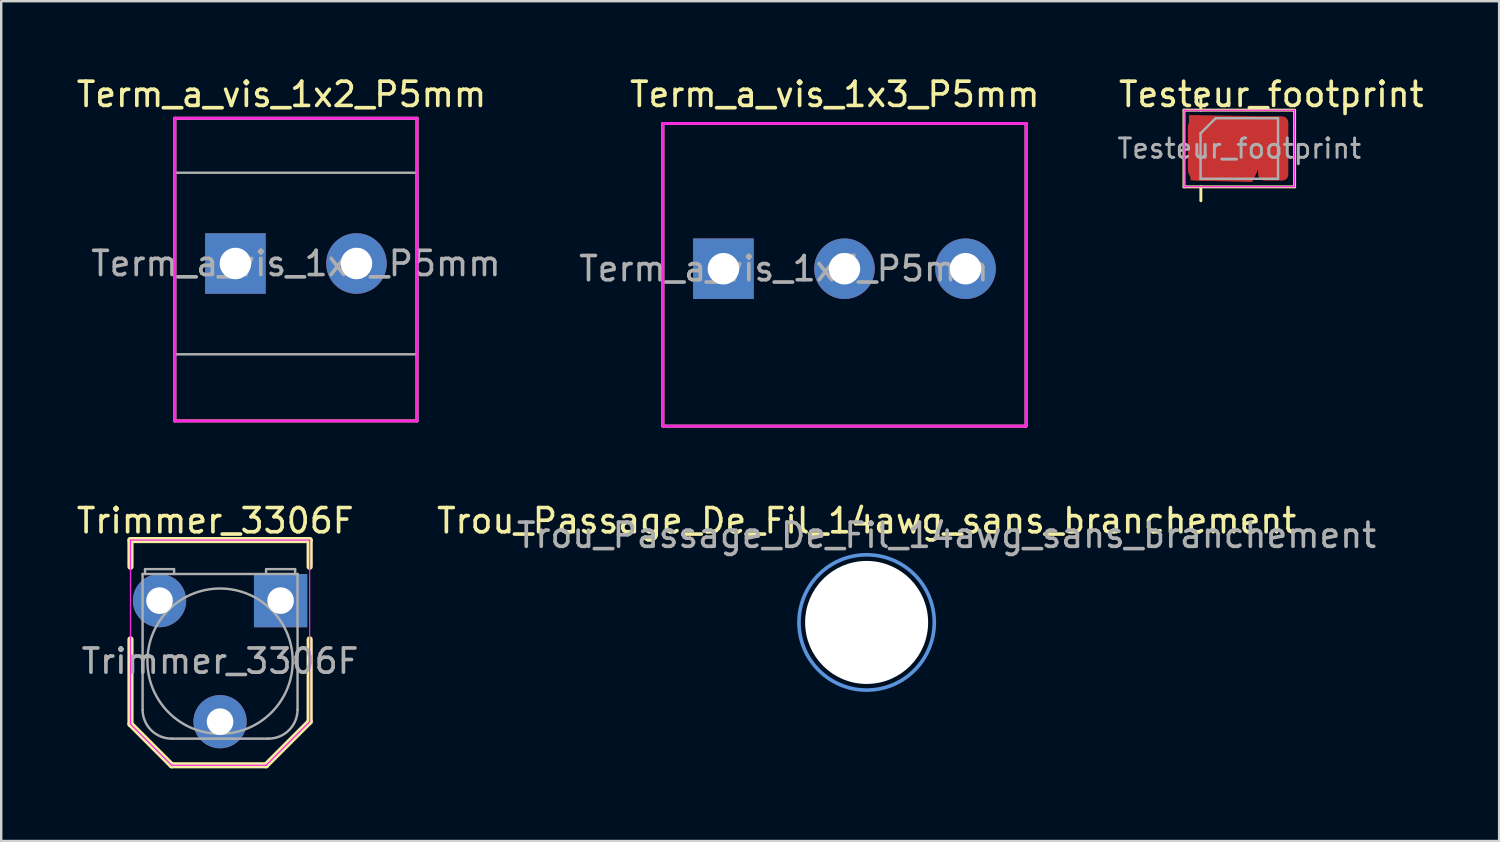
<source format=kicad_pcb>
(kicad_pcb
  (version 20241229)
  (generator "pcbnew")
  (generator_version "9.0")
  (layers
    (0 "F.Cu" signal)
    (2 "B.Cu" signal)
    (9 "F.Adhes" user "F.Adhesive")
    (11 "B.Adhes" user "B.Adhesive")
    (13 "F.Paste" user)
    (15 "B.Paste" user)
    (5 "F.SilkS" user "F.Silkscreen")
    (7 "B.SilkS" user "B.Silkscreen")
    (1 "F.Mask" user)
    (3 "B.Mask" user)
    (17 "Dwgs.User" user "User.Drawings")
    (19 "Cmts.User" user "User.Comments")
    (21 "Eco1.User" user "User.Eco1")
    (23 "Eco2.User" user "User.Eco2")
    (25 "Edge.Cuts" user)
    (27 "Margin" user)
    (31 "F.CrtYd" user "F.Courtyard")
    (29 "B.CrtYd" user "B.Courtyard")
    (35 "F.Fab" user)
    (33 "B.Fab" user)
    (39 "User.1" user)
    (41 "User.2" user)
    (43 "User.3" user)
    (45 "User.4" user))
  (footprint "Term_a_vis_1x2_P5mm"
    (layer "F.Cu")
    (at 6.672 7.833)
    (property "Reference" "Term_a_vis_1x2_P5mm" (at 1.905 -6.985 0) (layer "F.SilkS") (effects (font (size 1 1) (thickness 0.15))))
    (attr through_hole)
    (fp_line (start -2.5 -6) (end -2.5 6.5) (stroke (width 0.12) (type solid)) (layer "F.SilkS"))
    (fp_line (start -2.5 -6) (end 7.5 -6) (stroke (width 0.12) (type solid)) (layer "F.SilkS"))
    (fp_line (start -2.5 6.5) (end 7.5 6.5) (stroke (width 0.12) (type solid)) (layer "F.SilkS"))
    (fp_line (start 7.5 -6) (end 7.5 6.5) (stroke (width 0.12) (type solid)) (layer "F.SilkS"))
    (fp_line (start -2.5 -6) (end -2.5 6.5) (stroke (width 0.12) (type solid)) (layer "F.CrtYd"))
    (fp_line (start -2.5 -6) (end 7.5 -6) (stroke (width 0.12) (type solid)) (layer "F.CrtYd"))
    (fp_line (start -2.5 6.5) (end 7.5 6.5) (stroke (width 0.12) (type solid)) (layer "F.CrtYd"))
    (fp_line (start 7.5 -6) (end 7.5 6.5) (stroke (width 0.12) (type solid)) (layer "F.CrtYd"))
    (fp_line (start -2.5 -3.75) (end -2.5 3.75) (stroke (width 0.1) (type solid)) (layer "F.Fab"))
    (fp_line (start 7.5 -3.75) (end -2.5 -3.75) (stroke (width 0.1) (type solid)) (layer "F.Fab"))
    (fp_line (start 7.5 -3.75) (end 7.5 3.75) (stroke (width 0.1) (type solid)) (layer "F.Fab"))
    (fp_line (start 7.5 3.75) (end -2.5 3.75) (stroke (width 0.1) (type solid)) (layer "F.Fab"))
    (fp_text user "${REFERENCE}" (at 2.5 0 0) (layer "F.Fab") (effects (font (size 1 1) (thickness 0.15))))
    (pad "1" thru_hole rect (at 0 0) (size 2.5 2.5) (drill 1.3) (layers "*.Cu" "*.Mask"))
    (pad "2" thru_hole circle (at 5 0) (size 2.5 2.5) (drill 1.3) (layers "*.Cu" "*.Mask")))
  (footprint "Term_a_vis_1x3_P5mm"
    (layer "F.Cu")
    (at 26.827 8.048)
    (property "Reference" "Term_a_vis_1x3_P5mm" (at 4.6 -7.2 0) (layer "F.SilkS") (effects (font (size 1 1) (thickness 0.15))))
    (attr through_hole)
    (fp_line (start -2.5 -6) (end -2.5 6.5) (stroke (width 0.12) (type solid)) (layer "F.SilkS"))
    (fp_line (start -2.5 -6) (end 12.5 -6) (stroke (width 0.12) (type solid)) (layer "F.SilkS"))
    (fp_line (start -2.5 6.5) (end 12.5 6.5) (stroke (width 0.12) (type solid)) (layer "F.SilkS"))
    (fp_line (start 12.5 -6) (end 12.5 6.5) (stroke (width 0.12) (type solid)) (layer "F.SilkS"))
    (fp_line (start -2.5 -6) (end -2.5 6.5) (stroke (width 0.12) (type solid)) (layer "F.CrtYd"))
    (fp_line (start -2.5 -6) (end 12.5 -6) (stroke (width 0.12) (type solid)) (layer "F.CrtYd"))
    (fp_line (start -2.5 6.5) (end 12.5 6.5) (stroke (width 0.12) (type solid)) (layer "F.CrtYd"))
    (fp_line (start 12.5 -6) (end 12.5 6.5) (stroke (width 0.12) (type solid)) (layer "F.CrtYd"))
    (fp_text user "${REFERENCE}" (at 2.5 0 0) (layer "F.Fab") (effects (font (size 1 1) (thickness 0.15))))
    (pad "1" thru_hole rect (at 0 0) (size 2.5 2.5) (drill 1.3) (layers "*.Cu" "*.Mask"))
    (pad "2" thru_hole circle (at 5 0) (size 2.5 2.5) (drill 1.3) (layers "*.Cu" "*.Mask"))
    (pad "3" thru_hole circle (at 10 0) (size 2.5 2.5) (drill 1.3) (layers "*.Cu" "*.Mask")))
  (footprint "Trimmer_3306F"
    (layer "F.Cu")
    (at 3.539 21.756)
    (property "Reference" "Trimmer_3306F" (at 2.3 -3.3 0) (layer "F.SilkS") (effects (font (size 1 1) (thickness 0.15))))
    (attr through_hole)
    (fp_line (start -1.2 -2.5) (end 6.2 -2.5) (stroke (width 0.254) (type solid)) (layer "F.SilkS"))
    (fp_line (start -1.2 -1.4) (end -1.2 -2.5) (stroke (width 0.254) (type solid)) (layer "F.SilkS"))
    (fp_line (start -1.2 5.1) (end -1.2 1.6) (stroke (width 0.254) (type solid)) (layer "F.SilkS"))
    (fp_line (start -1.2 5.1) (end 0.5 6.8) (stroke (width 0.254) (type solid)) (layer "F.SilkS"))
    (fp_line (start 0.5 6.8) (end 4.4 6.8) (stroke (width 0.254) (type solid)) (layer "F.SilkS"))
    (fp_line (start 4.4 6.8) (end 6.2 5) (stroke (width 0.254) (type solid)) (layer "F.SilkS"))
    (fp_line (start 6.2 -1.4) (end 6.2 -2.5) (stroke (width 0.254) (type solid)) (layer "F.SilkS"))
    (fp_line (start 6.2 5) (end 6.2 1.6) (stroke (width 0.254) (type solid)) (layer "F.SilkS"))
    (fp_line (start -1.2 -2.5) (end 6.2 -2.5) (stroke (width 0.05) (type solid)) (layer "F.CrtYd"))
    (fp_line (start -1.2 5.1) (end -1.2 -2.5) (stroke (width 0.05) (type solid)) (layer "F.CrtYd"))
    (fp_line (start 0.5 6.8) (end -1.2 5.1) (stroke (width 0.05) (type solid)) (layer "F.CrtYd"))
    (fp_line (start 4.4 6.8) (end 0.5 6.8) (stroke (width 0.05) (type solid)) (layer "F.CrtYd"))
    (fp_line (start 6.2 -2.5) (end 6.2 5) (stroke (width 0.05) (type solid)) (layer "F.CrtYd"))
    (fp_line (start 6.2 5) (end 4.4 6.8) (stroke (width 0.05) (type solid)) (layer "F.CrtYd"))
    (fp_line (start -0.7 4.5) (end -0.7 -1.1) (stroke (width 0.1) (type solid)) (layer "F.Fab"))
    (fp_line (start -0.6 -1.3) (end 0.6 -1.3) (stroke (width 0.1) (type solid)) (layer "F.Fab"))
    (fp_line (start -0.6 -1.1) (end -0.6 -1.3) (stroke (width 0.1) (type solid)) (layer "F.Fab"))
    (fp_line (start 0.5 5.7) (end 4.5 5.7) (stroke (width 0.1) (type solid)) (layer "F.Fab"))
    (fp_line (start 0.6 -1.3) (end 0.6 -1.1) (stroke (width 0.1) (type solid)) (layer "F.Fab"))
    (fp_line (start 4.4 -1.3) (end 4.4 -1.1) (stroke (width 0.1) (type solid)) (layer "F.Fab"))
    (fp_line (start 5.6 -1.3) (end 4.41 -1.3) (stroke (width 0.1) (type solid)) (layer "F.Fab"))
    (fp_line (start 5.6 -1.1) (end 5.6 -1.3) (stroke (width 0.1) (type solid)) (layer "F.Fab"))
    (fp_line (start 5.7 -1.1) (end -0.7 -1.1) (stroke (width 0.1) (type solid)) (layer "F.Fab"))
    (fp_line (start 5.7 4.5) (end 5.7 -1.1) (stroke (width 0.1) (type solid)) (layer "F.Fab"))
    (fp_arc (start 0.5 5.7) (mid -0.348528 5.348528) (end -0.7 4.5) (stroke (width 0.1) (type solid)) (layer "F.Fab"))
    (fp_arc (start 5.7 4.5) (mid 5.348528 5.348528) (end 4.5 5.7) (stroke (width 0.1) (type solid)) (layer "F.Fab"))
    (fp_circle (center 2.5 2.5) (end 5.5 2.5) (stroke (width 0.1) (type solid)) (fill no) (layer "F.Fab"))
    (fp_text user "${REFERENCE}" (at 2.5 2.5 0) (layer "F.Fab") (effects (font (size 1 1) (thickness 0.15))))
    (pad "1" thru_hole rect (at 5 0) (size 2.2 2.2) (drill 1.1) (layers "*.Cu" "*.Mask"))
    (pad "2" thru_hole circle (at 2.5 5) (size 2.2 2.2) (drill 1.1) (layers "*.Cu" "*.Mask"))
    (pad "3" thru_hole circle (at 0 0) (size 2.2 2.2) (drill 1.1) (layers "*.Cu" "*.Mask")))
  (footprint "Testeur_footprint"
    (layer "F.Cu")
    (at 48.133 3.083)
    (property "Reference" "Testeur_footprint" (at 1.321 -2.235 0) (layer "F.SilkS") (effects (font (size 1 1) (thickness 0.15))))
    (attr smd)
    (fp_poly (pts (xy 1.714 -1.27) (xy 0.508 1.333) (xy -1.968 1.27) (xy -2.032 -1.333)) (stroke (width 0.1) (type solid)) (fill yes) (layer "F.Cu"))
    (fp_line (start -2.285 -1.585) (end -2.285 1.585) (stroke (width 0.12) (type solid)) (layer "F.SilkS"))
    (fp_line (start -2.285 1.585) (end 2.286 1.585) (stroke (width 0.12) (type solid)) (layer "F.SilkS"))
    (fp_line (start -1.587 -1.587) (end -1.587 -2.095) (stroke (width 0.12) (type solid)) (layer "F.SilkS"))
    (fp_line (start -1.587 1.587) (end -1.587 2.159) (stroke (width 0.12) (type solid)) (layer "F.SilkS"))
    (fp_line (start 2.286 -1.585) (end -2.285 -1.585) (stroke (width 0.12) (type solid)) (layer "F.SilkS"))
    (fp_line (start 2.286 1.585) (end 2.286 -1.575) (stroke (width 0.12) (type solid)) (layer "F.SilkS"))
    (fp_line (start -2.28 -1.58) (end 2.28 -1.58) (stroke (width 0.05) (type solid)) (layer "F.CrtYd"))
    (fp_line (start -2.28 1.58) (end -2.28 -1.58) (stroke (width 0.05) (type solid)) (layer "F.CrtYd"))
    (fp_line (start 2.28 -1.58) (end 2.28 1.58) (stroke (width 0.05) (type solid)) (layer "F.CrtYd"))
    (fp_line (start 2.28 1.58) (end -2.28 1.58) (stroke (width 0.05) (type solid)) (layer "F.CrtYd"))
    (fp_line (start -1.6 -0.625) (end -1.6 1.25) (stroke (width 0.1) (type solid)) (layer "F.Fab"))
    (fp_line (start -1.6 1.25) (end 1.6 1.25) (stroke (width 0.1) (type solid)) (layer "F.Fab"))
    (fp_line (start -0.975 -1.25) (end -1.6 -0.625) (stroke (width 0.1) (type solid)) (layer "F.Fab"))
    (fp_line (start 1.6 -1.25) (end -0.975 -1.25) (stroke (width 0.1) (type solid)) (layer "F.Fab"))
    (fp_line (start 1.6 1.25) (end 1.6 -1.25) (stroke (width 0.1) (type solid)) (layer "F.Fab"))
    (fp_text user "${REFERENCE}" (at 0 0 0) (layer "F.Fab") (effects (font (size 0.8 0.8) (thickness 0.12))))
    (pad "1" smd roundrect (at -1 0) (size 2.25 2.65) (layers "F.Cu" "F.Mask" "F.Paste") (roundrect_rratio 0.2))
    (pad "2" smd roundrect (at 1.4 0) (size 1.25 2.65) (layers "F.Cu" "F.Mask" "F.Paste") (roundrect_rratio 0.2)))
  (footprint "Trou_Passage_De_Fil_14awg_sans_branchement"
    (layer "F.Cu")
    (at 32.742 22.657)
    (property "Reference" "Trou_Passage_De_Fil_14awg_sans_branchement" (at 0 -4.2 0) (layer "F.SilkS") (effects (font (size 1 1) (thickness 0.15))))
    (attr exclude_from_pos_files exclude_from_bom)
    (fp_circle (center 0 0) (end 2.794 0) (stroke (width 0.15) (type solid)) (fill no) (layer "Cmts.User"))
    (fp_circle (center 0 0) (end 2.794 0) (stroke (width 0.05) (type solid)) (fill no) (layer "F.CrtYd"))
    (fp_text user "${REFERENCE}" (at 3.3 -3.6 0) (layer "F.Fab") (effects (font (size 1 1) (thickness 0.15))))
    (pad "" np_thru_hole circle (at 0 0) (size 5.08 5.08) (drill 5.08) (layers "*.Cu" "*.Mask")))
  (gr_rect
    (start -3 -3)
    (end 58.865 31.683)
    (stroke (width 0.1) (type default))
    (fill no)
    (layer "Edge.Cuts")))
</source>
